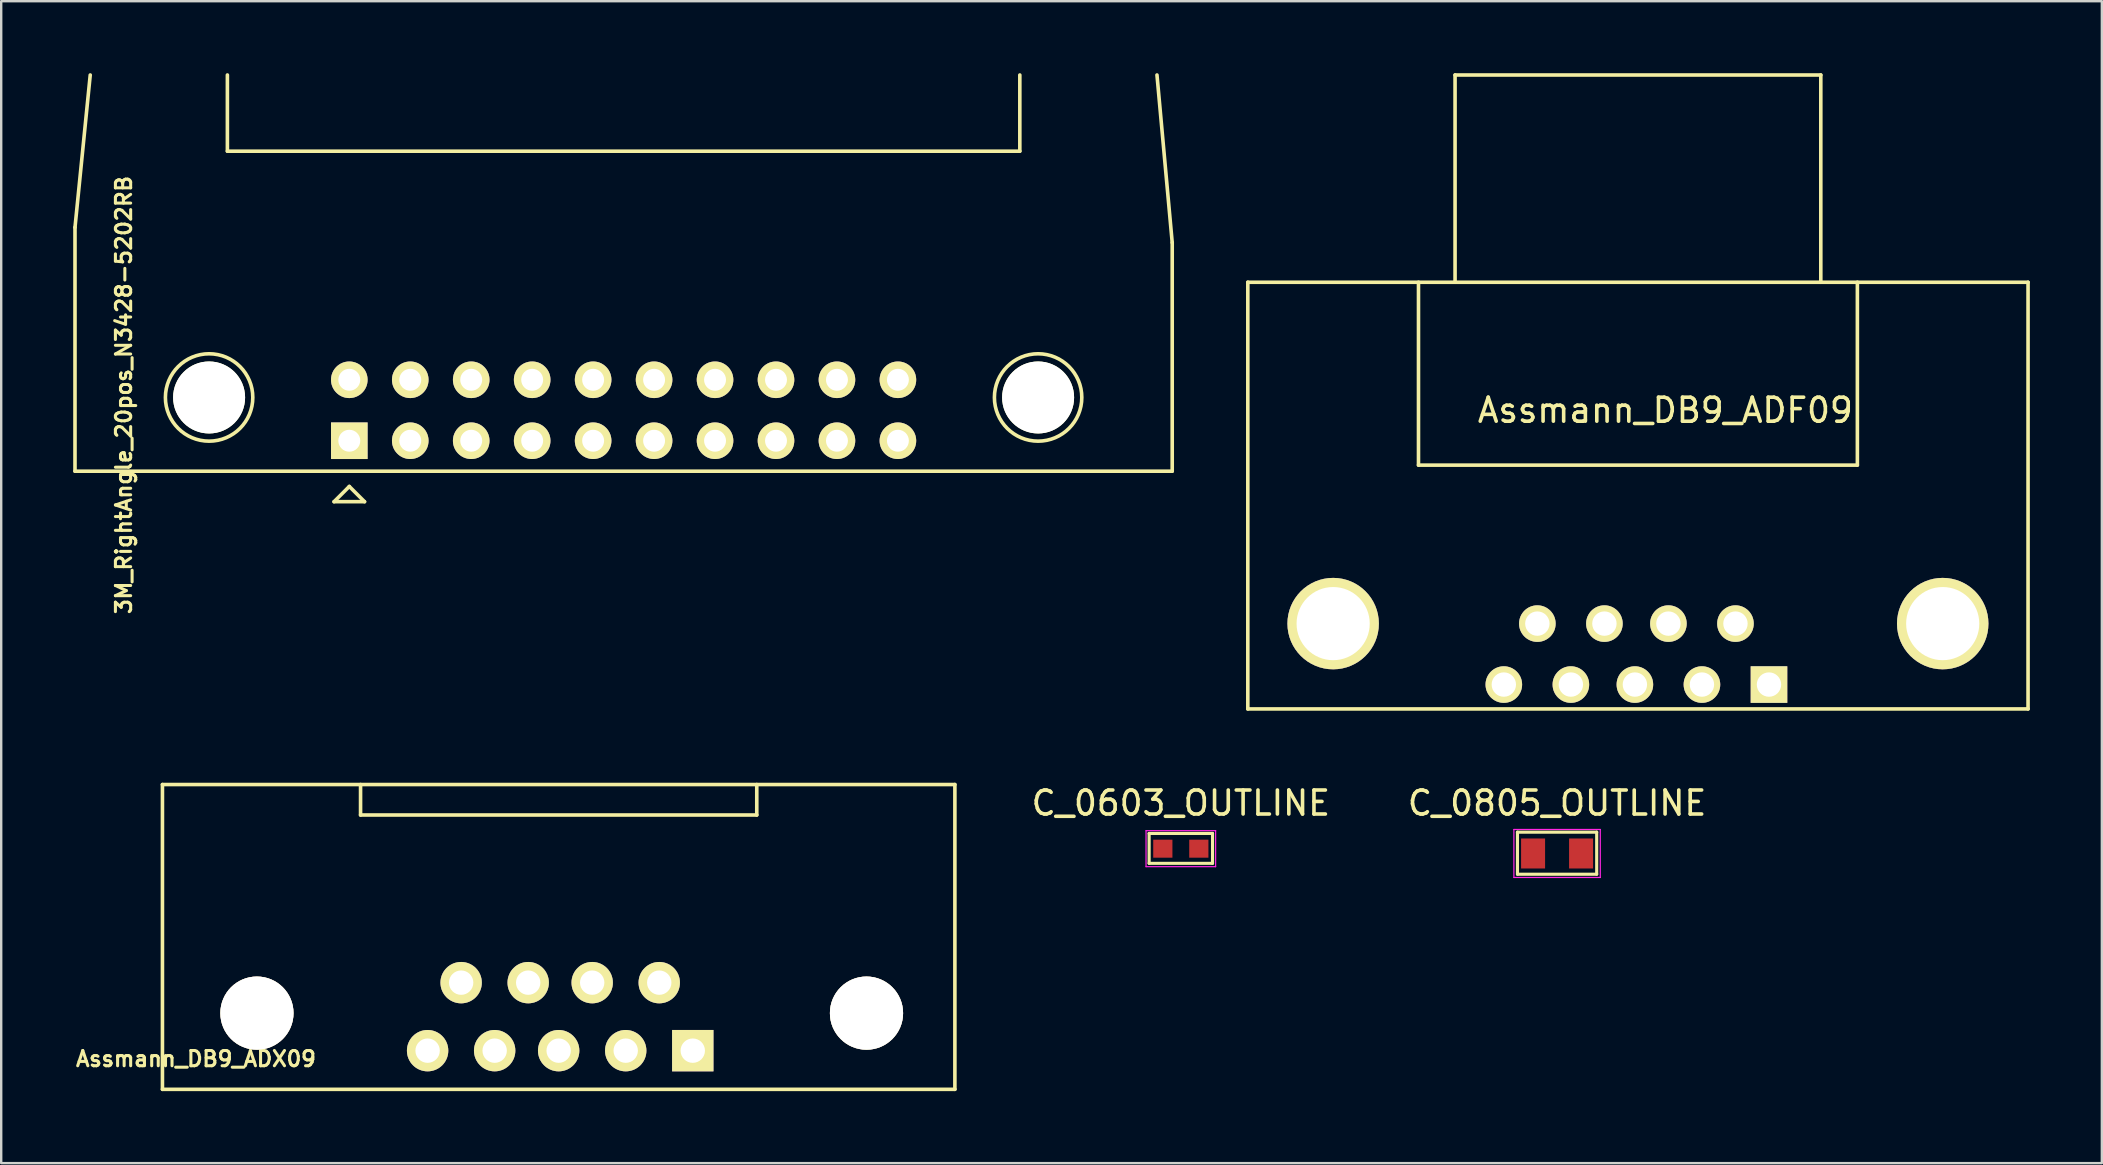
<source format=kicad_pcb>
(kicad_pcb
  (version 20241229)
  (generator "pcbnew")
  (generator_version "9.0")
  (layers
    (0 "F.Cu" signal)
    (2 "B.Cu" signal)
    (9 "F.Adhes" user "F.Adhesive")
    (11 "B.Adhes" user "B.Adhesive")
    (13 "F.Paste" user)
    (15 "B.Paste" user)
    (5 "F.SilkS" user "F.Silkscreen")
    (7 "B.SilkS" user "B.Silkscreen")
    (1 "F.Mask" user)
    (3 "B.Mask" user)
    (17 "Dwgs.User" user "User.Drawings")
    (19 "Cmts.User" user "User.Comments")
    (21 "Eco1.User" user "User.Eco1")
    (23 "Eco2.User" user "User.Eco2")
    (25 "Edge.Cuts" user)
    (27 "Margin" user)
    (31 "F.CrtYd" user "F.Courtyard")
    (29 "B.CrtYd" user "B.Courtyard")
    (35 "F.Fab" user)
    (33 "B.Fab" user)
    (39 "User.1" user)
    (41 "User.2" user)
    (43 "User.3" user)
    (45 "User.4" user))
  (footprint "C_0805_OUTLINE"
    (layer "F.Cu")
    (at 61.832 32.514)
    (property "Reference" "C_0805_OUTLINE" (at 0 -2.1 0) (layer "F.SilkS") (effects (font (size 1 1) (thickness 0.15))))
    (attr smd)
    (fp_line (start -1.651 -0.889) (end 1.651 -0.889) (stroke (width 0.13) (type solid)) (layer "F.SilkS"))
    (fp_line (start -1.651 -0.864) (end -1.651 -0.889) (stroke (width 0.13) (type solid)) (layer "F.SilkS"))
    (fp_line (start -1.651 0.864) (end -1.651 -0.864) (stroke (width 0.13) (type solid)) (layer "F.SilkS"))
    (fp_line (start 1.651 -0.889) (end 1.651 0.864) (stroke (width 0.13) (type solid)) (layer "F.SilkS"))
    (fp_line (start 1.651 0.864) (end -1.651 0.864) (stroke (width 0.13) (type solid)) (layer "F.SilkS"))
    (fp_line (start -1.8 -1) (end -1.8 1) (stroke (width 0.05) (type solid)) (layer "F.CrtYd"))
    (fp_line (start -1.8 -1) (end 1.8 -1) (stroke (width 0.05) (type solid)) (layer "F.CrtYd"))
    (fp_line (start -1.8 1) (end 1.8 1) (stroke (width 0.05) (type solid)) (layer "F.CrtYd"))
    (fp_line (start 1.8 -1) (end 1.8 1) (stroke (width 0.05) (type solid)) (layer "F.CrtYd"))
    (pad "1" smd rect (at -1 0) (size 1 1.25) (layers "F.Cu" "F.Mask" "F.Paste"))
    (pad "2" smd rect (at 1 0) (size 1 1.25) (layers "F.Cu" "F.Mask" "F.Paste")))
  (footprint "Assmann_DB9_ADF09"
    (layer "F.Cu")
    (at 65.074 24.205)
    (property "Reference" "Assmann_DB9_ADF09" (at 1.27 -10.16 0) (layer "F.SilkS") (effects (font (size 1 1) (thickness 0.15))))
    (attr through_hole)
    (fp_line (start -16.129 -15.494) (end -16.129 2.286) (stroke (width 0.15) (type solid)) (layer "F.SilkS"))
    (fp_line (start -16.129 2.286) (end 16.383 2.286) (stroke (width 0.15) (type solid)) (layer "F.SilkS"))
    (fp_line (start -9.017 -15.494) (end -9.017 -7.874) (stroke (width 0.15) (type solid)) (layer "F.SilkS"))
    (fp_line (start -9.017 -7.874) (end 9.271 -7.874) (stroke (width 0.15) (type solid)) (layer "F.SilkS"))
    (fp_line (start -7.493 -24.13) (end 7.747 -24.13) (stroke (width 0.15) (type solid)) (layer "F.SilkS"))
    (fp_line (start -7.493 -15.494) (end -7.493 -24.13) (stroke (width 0.15) (type solid)) (layer "F.SilkS"))
    (fp_line (start 7.747 -24.13) (end 7.747 -15.494) (stroke (width 0.15) (type solid)) (layer "F.SilkS"))
    (fp_line (start 9.271 -7.874) (end 9.271 -15.494) (stroke (width 0.15) (type solid)) (layer "F.SilkS"))
    (fp_line (start 16.383 -15.494) (end -16.129 -15.494) (stroke (width 0.15) (type solid)) (layer "F.SilkS"))
    (fp_line (start 16.383 2.286) (end 16.383 -15.494) (stroke (width 0.15) (type solid)) (layer "F.SilkS"))
    (pad "" thru_hole circle (at -12.573 -1.27) (size 3.81 3.81) (drill 3.048) (layers "*.Cu" "*.Mask" "F.SilkS"))
    (pad "" thru_hole circle (at 12.827 -1.27) (size 3.81 3.81) (drill 3.048) (layers "*.Cu" "*.Mask" "F.SilkS"))
    (pad "1" thru_hole rect (at 5.588 1.27) (size 1.524 1.524) (drill 1.016) (layers "*.Cu" "*.Mask" "F.SilkS"))
    (pad "2" thru_hole circle (at 2.794 1.27) (size 1.524 1.524) (drill 1.016) (layers "*.Cu" "*.Mask" "F.SilkS"))
    (pad "3" thru_hole circle (at 0 1.27) (size 1.524 1.524) (drill 1.016) (layers "*.Cu" "*.Mask" "F.SilkS"))
    (pad "4" thru_hole circle (at -2.667 1.27) (size 1.524 1.524) (drill 1.016) (layers "*.Cu" "*.Mask" "F.SilkS"))
    (pad "5" thru_hole circle (at -5.461 1.27) (size 1.524 1.524) (drill 1.016) (layers "*.Cu" "*.Mask" "F.SilkS"))
    (pad "6" thru_hole circle (at 4.191 -1.27) (size 1.524 1.524) (drill 1.016) (layers "*.Cu" "*.Mask" "F.SilkS"))
    (pad "7" thru_hole circle (at 1.397 -1.27) (size 1.524 1.524) (drill 1.016) (layers "*.Cu" "*.Mask" "F.SilkS"))
    (pad "8" thru_hole circle (at -1.27 -1.27) (size 1.524 1.524) (drill 1.016) (layers "*.Cu" "*.Mask" "F.SilkS"))
    (pad "9" thru_hole circle (at -4.064 -1.27) (size 1.524 1.524) (drill 1.016) (layers "*.Cu" "*.Mask" "F.SilkS")))
  (footprint "Assmann_DB9_ADX09"
    (layer "F.Cu")
    (at 20.229 39.166)
    (property "Reference" "Assmann_DB9_ADX09" (at -15.113 1.905 0) (layer "F.SilkS") (effects (font (size 0.635 0.635) (thickness 0.127))))
    (attr through_hole)
    (fp_line (start -16.51 -9.525) (end -16.51 3.175) (stroke (width 0.15) (type solid)) (layer "F.SilkS"))
    (fp_line (start -16.51 3.175) (end 16.51 3.175) (stroke (width 0.15) (type solid)) (layer "F.SilkS"))
    (fp_line (start -8.255 -9.525) (end -8.255 -8.255) (stroke (width 0.15) (type solid)) (layer "F.SilkS"))
    (fp_line (start -8.255 -8.255) (end 8.255 -8.255) (stroke (width 0.15) (type solid)) (layer "F.SilkS"))
    (fp_line (start 8.255 -8.255) (end 8.255 -9.525) (stroke (width 0.15) (type solid)) (layer "F.SilkS"))
    (fp_line (start 16.51 -9.525) (end -16.51 -9.525) (stroke (width 0.15) (type solid)) (layer "F.SilkS"))
    (fp_line (start 16.51 3.175) (end 16.51 -9.525) (stroke (width 0.15) (type solid)) (layer "F.SilkS"))
    (pad "" thru_hole circle (at -12.573 0) (size 3.05 3.05) (drill 3.048) (layers "*.Cu" "*.Mask" "F.SilkS"))
    (pad "" thru_hole circle (at 12.827 0) (size 3.05 3.05) (drill 3.048) (layers "*.Cu" "*.Mask" "F.SilkS"))
    (pad "1" thru_hole rect (at 5.588 1.564) (size 1.724 1.724) (drill 1.016) (layers "*.Cu" "*.Mask" "F.SilkS"))
    (pad "2" thru_hole circle (at 2.794 1.564) (size 1.724 1.724) (drill 1.016) (layers "*.Cu" "*.Mask" "F.SilkS"))
    (pad "3" thru_hole circle (at 0 1.564) (size 1.724 1.724) (drill 1.016) (layers "*.Cu" "*.Mask" "F.SilkS"))
    (pad "4" thru_hole circle (at -2.667 1.564) (size 1.724 1.724) (drill 1.016) (layers "*.Cu" "*.Mask" "F.SilkS"))
    (pad "5" thru_hole circle (at -5.461 1.564) (size 1.724 1.724) (drill 1.016) (layers "*.Cu" "*.Mask" "F.SilkS"))
    (pad "6" thru_hole circle (at 4.191 -1.27) (size 1.724 1.724) (drill 1.016) (layers "*.Cu" "*.Mask" "F.SilkS"))
    (pad "7" thru_hole circle (at 1.397 -1.27) (size 1.724 1.724) (drill 1.016) (layers "*.Cu" "*.Mask" "F.SilkS"))
    (pad "8" thru_hole circle (at -1.27 -1.27) (size 1.724 1.724) (drill 1.016) (layers "*.Cu" "*.Mask" "F.SilkS"))
    (pad "9" thru_hole circle (at -4.064 -1.27) (size 1.724 1.724) (drill 1.016) (layers "*.Cu" "*.Mask" "F.SilkS")))
  (footprint "C_0603_OUTLINE"
    (layer "F.Cu")
    (at 46.154 32.314)
    (property "Reference" "C_0603_OUTLINE" (at 0 -1.9 0) (layer "F.SilkS") (effects (font (size 1 1) (thickness 0.15))))
    (attr smd)
    (fp_line (start -1.321 -0.635) (end 1.321 -0.635) (stroke (width 0.13) (type solid)) (layer "F.SilkS"))
    (fp_line (start -1.321 0.61) (end -1.321 -0.635) (stroke (width 0.13) (type solid)) (layer "F.SilkS"))
    (fp_line (start 1.321 -0.635) (end 1.321 0.61) (stroke (width 0.13) (type solid)) (layer "F.SilkS"))
    (fp_line (start 1.321 0.61) (end -1.321 0.61) (stroke (width 0.13) (type solid)) (layer "F.SilkS"))
    (fp_line (start -1.45 -0.75) (end -1.45 0.75) (stroke (width 0.05) (type solid)) (layer "F.CrtYd"))
    (fp_line (start -1.45 -0.75) (end 1.45 -0.75) (stroke (width 0.05) (type solid)) (layer "F.CrtYd"))
    (fp_line (start -1.45 0.75) (end 1.45 0.75) (stroke (width 0.05) (type solid)) (layer "F.CrtYd"))
    (fp_line (start 1.45 -0.75) (end 1.45 0.75) (stroke (width 0.05) (type solid)) (layer "F.CrtYd"))
    (pad "1" smd rect (at -0.75 0) (size 0.8 0.75) (layers "F.Cu" "F.Mask" "F.Paste"))
    (pad "2" smd rect (at 0.75 0) (size 0.8 0.75) (layers "F.Cu" "F.Mask" "F.Paste")))
  (footprint "3M_RightAngle_20pos_N3428-5202RB"
    (layer "F.Cu")
    (at 11.505 15.315)
    (property "Reference" "3M_RightAngle_20pos_N3428-5202RB" (at -9.398 -1.905 90) (layer "F.SilkS") (effects (font (size 0.635 0.635) (thickness 0.127))))
    (attr through_hole)
    (fp_line (start -11.43 -8.89) (end -10.795 -15.24) (stroke (width 0.15) (type solid)) (layer "F.SilkS"))
    (fp_line (start -11.43 1.27) (end -11.43 -8.89) (stroke (width 0.15) (type solid)) (layer "F.SilkS"))
    (fp_line (start -11.43 1.27) (end 34.29 1.27) (stroke (width 0.15) (type solid)) (layer "F.SilkS"))
    (fp_line (start -5.08 -15.24) (end -5.08 -12.065) (stroke (width 0.15) (type solid)) (layer "F.SilkS"))
    (fp_line (start -0.635 2.54) (end 0 1.905) (stroke (width 0.15) (type solid)) (layer "F.SilkS"))
    (fp_line (start 0 1.905) (end 0.635 2.54) (stroke (width 0.15) (type solid)) (layer "F.SilkS"))
    (fp_line (start 0.635 2.54) (end -0.635 2.54) (stroke (width 0.15) (type solid)) (layer "F.SilkS"))
    (fp_line (start 27.94 -15.24) (end 27.94 -12.065) (stroke (width 0.15) (type solid)) (layer "F.SilkS"))
    (fp_line (start 27.94 -12.065) (end -5.08 -12.065) (stroke (width 0.15) (type solid)) (layer "F.SilkS"))
    (fp_line (start 34.29 -8.255) (end 33.655 -15.24) (stroke (width 0.15) (type solid)) (layer "F.SilkS"))
    (fp_line (start 34.29 1.27) (end 34.29 -8.255) (stroke (width 0.15) (type solid)) (layer "F.SilkS"))
    (fp_circle (center -5.842 -1.803) (end -4.445 -0.635) (stroke (width 0.15) (type solid)) (fill no) (layer "F.SilkS"))
    (fp_circle (center 28.702 -1.803) (end 30.099 -0.635) (stroke (width 0.15) (type solid)) (fill no) (layer "F.SilkS"))
    (pad "" np_thru_hole circle (at -5.842 -1.803) (size 3 3) (drill 3) (layers "*.Cu" "*.Mask" "F.SilkS"))
    (pad "" np_thru_hole circle (at 28.702 -1.803) (size 3 3) (drill 3) (layers "*.Cu" "*.Mask" "F.SilkS"))
    (pad "1" thru_hole rect (at 0 0) (size 1.524 1.524) (drill 0.914) (layers "*.Cu" "*.Mask" "F.SilkS"))
    (pad "2" thru_hole circle (at 0 -2.54) (size 1.524 1.524) (drill 0.914) (layers "*.Cu" "*.Mask" "F.SilkS"))
    (pad "3" thru_hole circle (at 2.54 0) (size 1.524 1.524) (drill 0.914) (layers "*.Cu" "*.Mask" "F.SilkS"))
    (pad "4" thru_hole circle (at 2.54 -2.54) (size 1.524 1.524) (drill 0.914) (layers "*.Cu" "*.Mask" "F.SilkS"))
    (pad "5" thru_hole circle (at 5.08 0) (size 1.524 1.524) (drill 0.914) (layers "*.Cu" "*.Mask" "F.SilkS"))
    (pad "6" thru_hole circle (at 5.08 -2.54) (size 1.524 1.524) (drill 0.914) (layers "*.Cu" "*.Mask" "F.SilkS"))
    (pad "7" thru_hole circle (at 7.62 0) (size 1.524 1.524) (drill 0.914) (layers "*.Cu" "*.Mask" "F.SilkS"))
    (pad "8" thru_hole circle (at 7.62 -2.54) (size 1.524 1.524) (drill 0.914) (layers "*.Cu" "*.Mask" "F.SilkS"))
    (pad "9" thru_hole circle (at 10.16 0) (size 1.524 1.524) (drill 0.914) (layers "*.Cu" "*.Mask" "F.SilkS"))
    (pad "10" thru_hole circle (at 10.16 -2.54) (size 1.524 1.524) (drill 0.914) (layers "*.Cu" "*.Mask" "F.SilkS"))
    (pad "11" thru_hole circle (at 12.7 0) (size 1.524 1.524) (drill 0.914) (layers "*.Cu" "*.Mask" "F.SilkS"))
    (pad "12" thru_hole circle (at 12.7 -2.54) (size 1.524 1.524) (drill 0.914) (layers "*.Cu" "*.Mask" "F.SilkS"))
    (pad "13" thru_hole circle (at 15.24 0) (size 1.524 1.524) (drill 0.914) (layers "*.Cu" "*.Mask" "F.SilkS"))
    (pad "14" thru_hole circle (at 15.24 -2.54) (size 1.524 1.524) (drill 0.914) (layers "*.Cu" "*.Mask" "F.SilkS"))
    (pad "15" thru_hole circle (at 17.78 0) (size 1.524 1.524) (drill 0.914) (layers "*.Cu" "*.Mask" "F.SilkS"))
    (pad "16" thru_hole circle (at 17.78 -2.54) (size 1.524 1.524) (drill 0.914) (layers "*.Cu" "*.Mask" "F.SilkS"))
    (pad "17" thru_hole circle (at 20.32 0) (size 1.524 1.524) (drill 0.914) (layers "*.Cu" "*.Mask" "F.SilkS"))
    (pad "18" thru_hole circle (at 20.32 -2.54) (size 1.524 1.524) (drill 0.914) (layers "*.Cu" "*.Mask" "F.SilkS"))
    (pad "19" thru_hole circle (at 22.86 0) (size 1.524 1.524) (drill 0.914) (layers "*.Cu" "*.Mask" "F.SilkS"))
    (pad "20" thru_hole circle (at 22.86 -2.54) (size 1.524 1.524) (drill 0.914) (layers "*.Cu" "*.Mask" "F.SilkS")))
  (gr_rect
    (start -3 -3)
    (end 84.532 45.416)
    (stroke (width 0.1) (type default))
    (fill no)
    (layer "Edge.Cuts")))
</source>
